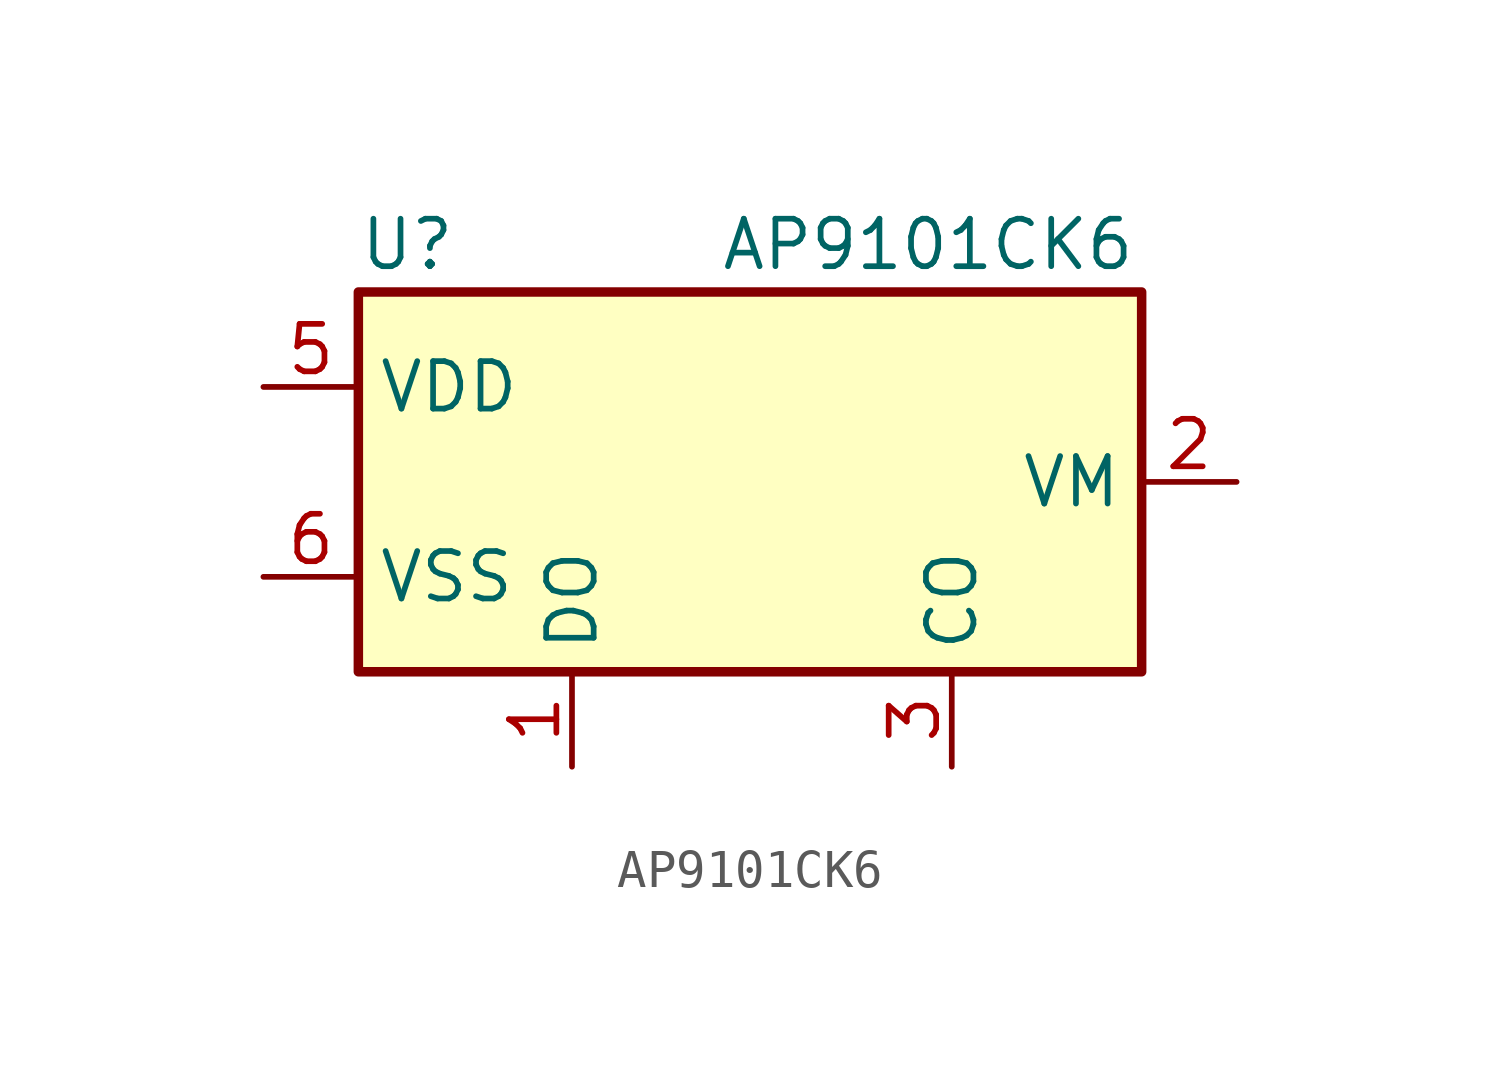
<source format=kicad_sym>
(kicad_symbol_lib
  (version 20211014)
  (generator kicad_symbol_editor)
  (symbol "AP9101CK6"
    (property "Reference" "U"
      (at -10.795 6.35 0)
      (effects (font (size 1.27 1.27)) (justify left)))
    (property "Value" "AP9101CK6"
      (at 4.445 6.35 0)
      (effects (font (size 1.27 1.27))))
    (symbol "AP9101CK6_0_1"
      (rectangle (start -10.795 5.08) (end 10.16 -5.08) (stroke (width 0.254) (type default) (color 0 0 0 0)) (fill (type background))))
    (symbol "AP9101CK6_1_1"
      (pin output line (at -5.08 -7.62 90) (length 2.54) (name "DO" (effects (font (size 1.27 1.27)))) (number "1" (effects (font (size 1.27 1.27)))))
      (pin passive line (at 12.7 0 180) (length 2.54) (name "VM" (effects (font (size 1.27 1.27)))) (number "2" (effects (font (size 1.27 1.27)))))
      (pin output line (at 5.08 -7.62 90) (length 2.54) (name "CO" (effects (font (size 1.27 1.27)))) (number "3" (effects (font (size 1.27 1.27)))))
      (pin no_connect line (at 12.7 -3.175 180) (length 2.54) hide (name "NC" (effects (font (size 1.27 1.27)))) (number "4" (effects (font (size 1.27 1.27)))))
      (pin power_in line (at -13.335 2.54 0) (length 2.54) (name "VDD" (effects (font (size 1.27 1.27)))) (number "5" (effects (font (size 1.27 1.27)))))
      (pin power_in line (at -13.335 -2.54 0) (length 2.54) (name "VSS" (effects (font (size 1.27 1.27)))) (number "6" (effects (font (size 1.27 1.27))))))))
</source>
